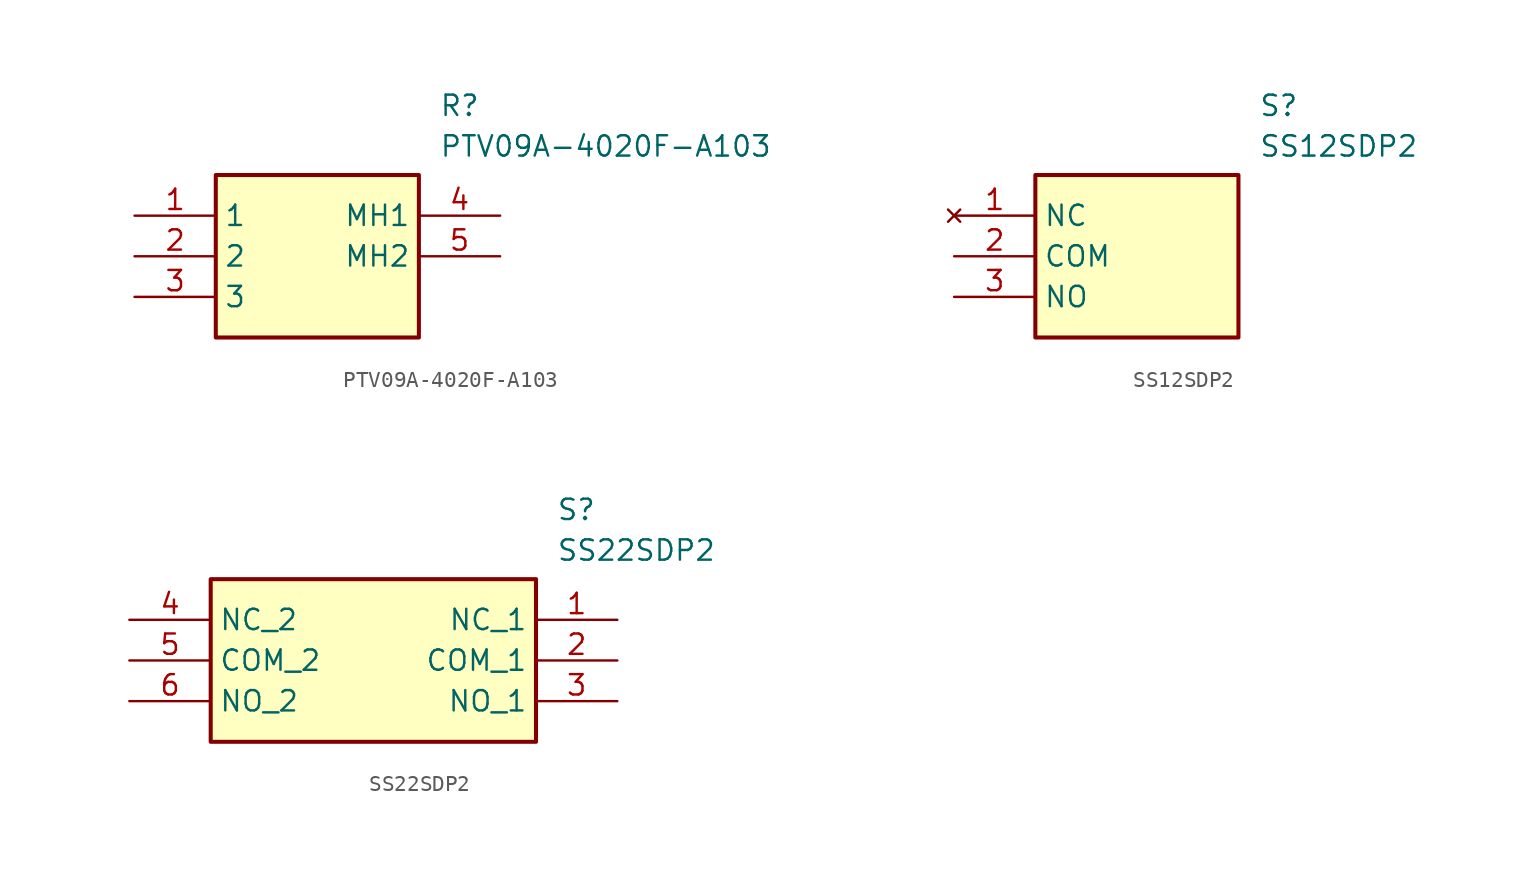
<source format=kicad_sym>
(kicad_symbol_lib
  (version 20220914)
  (generator SamacSys_ECAD_Model)
  (symbol "PTV09A-4020F-A103"
    (property "Reference" "R"
      (at 19.05 7.62 0)
      (effects (font (size 1.27 1.27)) (justify left top)))
    (property "Value" "PTV09A-4020F-A103"
      (at 19.05 5.08 0)
      (effects (font (size 1.27 1.27)) (justify left top)))
    (rectangle
      (start 5.08 2.54)
      (end 17.78 -7.62)
      (stroke (width 0.254) (type default))
      (fill (type background)))
    (pin passive line
      (at 0 0 0)
      (length 5.08)
      (name "1" (effects (font (size 1.27 1.27))))
      (number "1" (effects (font (size 1.27 1.27)))))
    (pin passive line
      (at 0 -2.54 0)
      (length 5.08)
      (name "2" (effects (font (size 1.27 1.27))))
      (number "2" (effects (font (size 1.27 1.27)))))
    (pin passive line
      (at 0 -5.08 0)
      (length 5.08)
      (name "3" (effects (font (size 1.27 1.27))))
      (number "3" (effects (font (size 1.27 1.27)))))
    (pin passive line
      (at 22.86 0 180)
      (length 5.08)
      (name "MH1" (effects (font (size 1.27 1.27))))
      (number "4" (effects (font (size 1.27 1.27)))))
    (pin passive line
      (at 22.86 -2.54 180)
      (length 5.08)
      (name "MH2" (effects (font (size 1.27 1.27))))
      (number "5" (effects (font (size 1.27 1.27))))))
  (symbol "SS12SDP2"
    (property "Reference" "S"
      (at 19.05 7.62 0)
      (effects (font (size 1.27 1.27)) (justify left top)))
    (property "Value" "SS12SDP2"
      (at 19.05 5.08 0)
      (effects (font (size 1.27 1.27)) (justify left top)))
    (rectangle
      (start 5.08 2.54)
      (end 17.78 -7.62)
      (stroke (width 0.254) (type default))
      (fill (type background)))
    (pin no_connect line
      (at 0 0 0)
      (length 5.08)
      (name "NC" (effects (font (size 1.27 1.27))))
      (number "1" (effects (font (size 1.27 1.27)))))
    (pin passive line
      (at 0 -2.54 0)
      (length 5.08)
      (name "COM" (effects (font (size 1.27 1.27))))
      (number "2" (effects (font (size 1.27 1.27)))))
    (pin passive line
      (at 0 -5.08 0)
      (length 5.08)
      (name "NO" (effects (font (size 1.27 1.27))))
      (number "3" (effects (font (size 1.27 1.27))))))
  (symbol "SS22SDP2"
    (property "Reference" "S"
      (at 26.67 7.62 0)
      (effects (font (size 1.27 1.27)) (justify left top)))
    (property "Value" "SS22SDP2"
      (at 26.67 5.08 0)
      (effects (font (size 1.27 1.27)) (justify left top)))
    (rectangle
      (start 5.08 2.54)
      (end 25.4 -7.62)
      (stroke (width 0.254) (type default))
      (fill (type background)))
    (pin passive line
      (at 30.48 0 180)
      (length 5.08)
      (name "NC_1" (effects (font (size 1.27 1.27))))
      (number "1" (effects (font (size 1.27 1.27)))))
    (pin passive line
      (at 30.48 -2.54 180)
      (length 5.08)
      (name "COM_1" (effects (font (size 1.27 1.27))))
      (number "2" (effects (font (size 1.27 1.27)))))
    (pin passive line
      (at 30.48 -5.08 180)
      (length 5.08)
      (name "NO_1" (effects (font (size 1.27 1.27))))
      (number "3" (effects (font (size 1.27 1.27)))))
    (pin passive line
      (at 0 0 0)
      (length 5.08)
      (name "NC_2" (effects (font (size 1.27 1.27))))
      (number "4" (effects (font (size 1.27 1.27)))))
    (pin passive line
      (at 0 -2.54 0)
      (length 5.08)
      (name "COM_2" (effects (font (size 1.27 1.27))))
      (number "5" (effects (font (size 1.27 1.27)))))
    (pin passive line
      (at 0 -5.08 0)
      (length 5.08)
      (name "NO_2" (effects (font (size 1.27 1.27))))
      (number "6" (effects (font (size 1.27 1.27)))))))
</source>
